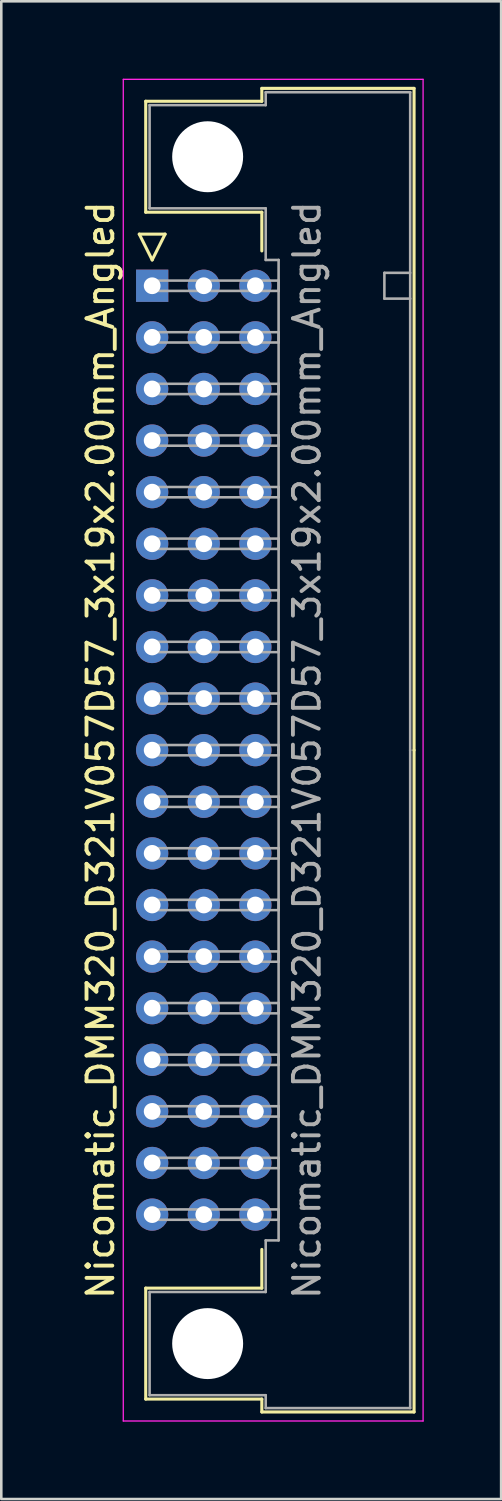
<source format=kicad_pcb>
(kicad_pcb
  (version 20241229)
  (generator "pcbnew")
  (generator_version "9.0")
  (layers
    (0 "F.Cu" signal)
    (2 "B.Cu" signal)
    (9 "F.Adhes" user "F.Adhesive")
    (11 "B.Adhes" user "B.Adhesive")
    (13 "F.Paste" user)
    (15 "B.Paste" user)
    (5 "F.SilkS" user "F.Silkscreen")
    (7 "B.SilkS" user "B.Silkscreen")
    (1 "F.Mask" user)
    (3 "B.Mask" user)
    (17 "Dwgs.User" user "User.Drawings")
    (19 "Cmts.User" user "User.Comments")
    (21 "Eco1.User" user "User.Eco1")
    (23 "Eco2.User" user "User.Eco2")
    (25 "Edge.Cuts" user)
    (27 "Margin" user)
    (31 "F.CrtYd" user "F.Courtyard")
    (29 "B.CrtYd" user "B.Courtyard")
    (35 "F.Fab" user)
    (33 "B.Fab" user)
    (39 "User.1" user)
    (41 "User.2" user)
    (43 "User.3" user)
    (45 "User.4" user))
  (footprint "Nicomatic_DMM320_D321V057D57_3x19x2.00mm_Angled"
    (layer "F.Cu")
    (at 2.848 8.025)
    (property "Reference" "Nicomatic_DMM320_D321V057D57_3x19x2.00mm_Angled" (at -2 18 90) (layer "F.SilkS") (effects (font (size 1 1) (thickness 0.15))))
    (attr through_hole)
    (fp_line (start -0.5 -2) (end 0 -1) (stroke (width 0.12) (type solid)) (layer "F.SilkS"))
    (fp_line (start -0.25 -7.15) (end -0.25 -2.85) (stroke (width 0.12) (type solid)) (layer "F.SilkS"))
    (fp_line (start -0.25 -2.85) (end 4.25 -2.85) (stroke (width 0.12) (type solid)) (layer "F.SilkS"))
    (fp_line (start -0.25 38.85) (end 4.25 38.85) (stroke (width 0.12) (type solid)) (layer "F.SilkS"))
    (fp_line (start -0.25 43.15) (end -0.25 38.85) (stroke (width 0.12) (type solid)) (layer "F.SilkS"))
    (fp_line (start 0 -1) (end 0.5 -2) (stroke (width 0.12) (type solid)) (layer "F.SilkS"))
    (fp_line (start 0.5 -2) (end -0.5 -2) (stroke (width 0.12) (type solid)) (layer "F.SilkS"))
    (fp_line (start 4.25 -7.65) (end 4.25 -7.15) (stroke (width 0.12) (type solid)) (layer "F.SilkS"))
    (fp_line (start 4.25 -7.15) (end -0.25 -7.15) (stroke (width 0.12) (type solid)) (layer "F.SilkS"))
    (fp_line (start 4.25 -2.85) (end 4.25 -1.35) (stroke (width 0.12) (type solid)) (layer "F.SilkS"))
    (fp_line (start 4.25 38.85) (end 4.25 37.35) (stroke (width 0.12) (type solid)) (layer "F.SilkS"))
    (fp_line (start 4.25 43.15) (end -0.25 43.15) (stroke (width 0.12) (type solid)) (layer "F.SilkS"))
    (fp_line (start 4.25 43.65) (end 4.25 43.15) (stroke (width 0.12) (type solid)) (layer "F.SilkS"))
    (fp_line (start 10.15 -7.65) (end 4.25 -7.65) (stroke (width 0.12) (type solid)) (layer "F.SilkS"))
    (fp_line (start 10.15 18) (end 10.15 -7.65) (stroke (width 0.12) (type solid)) (layer "F.SilkS"))
    (fp_line (start 10.15 18) (end 10.15 43.65) (stroke (width 0.12) (type solid)) (layer "F.SilkS"))
    (fp_line (start 10.15 43.65) (end 4.25 43.65) (stroke (width 0.12) (type solid)) (layer "F.SilkS"))
    (fp_line (start -1.12 -8) (end -1.12 44) (stroke (width 0.05) (type solid)) (layer "F.CrtYd"))
    (fp_line (start -1.12 44) (end 10.5 44) (stroke (width 0.05) (type solid)) (layer "F.CrtYd"))
    (fp_line (start 10.5 -8) (end -1.12 -8) (stroke (width 0.05) (type solid)) (layer "F.CrtYd"))
    (fp_line (start 10.5 44) (end 10.5 -8) (stroke (width 0.05) (type solid)) (layer "F.CrtYd"))
    (fp_line (start -0.1 -7) (end -0.1 -3) (stroke (width 0.1) (type solid)) (layer "F.Fab"))
    (fp_line (start -0.1 -3) (end 4.4 -3) (stroke (width 0.1) (type solid)) (layer "F.Fab"))
    (fp_line (start -0.1 39) (end 4.4 39) (stroke (width 0.1) (type solid)) (layer "F.Fab"))
    (fp_line (start -0.1 43) (end -0.1 39) (stroke (width 0.1) (type solid)) (layer "F.Fab"))
    (fp_line (start 0 -0.2) (end 0 0.2) (stroke (width 0.1) (type solid)) (layer "F.Fab"))
    (fp_line (start 0 0.2) (end 4.9 0.2) (stroke (width 0.1) (type solid)) (layer "F.Fab"))
    (fp_line (start 0 1.8) (end 0 2.2) (stroke (width 0.1) (type solid)) (layer "F.Fab"))
    (fp_line (start 0 2.2) (end 4.9 2.2) (stroke (width 0.1) (type solid)) (layer "F.Fab"))
    (fp_line (start 0 3.8) (end 0 4.2) (stroke (width 0.1) (type solid)) (layer "F.Fab"))
    (fp_line (start 0 4.2) (end 4.9 4.2) (stroke (width 0.1) (type solid)) (layer "F.Fab"))
    (fp_line (start 0 5.8) (end 0 6.2) (stroke (width 0.1) (type solid)) (layer "F.Fab"))
    (fp_line (start 0 6.2) (end 4.9 6.2) (stroke (width 0.1) (type solid)) (layer "F.Fab"))
    (fp_line (start 0 7.8) (end 0 8.2) (stroke (width 0.1) (type solid)) (layer "F.Fab"))
    (fp_line (start 0 8.2) (end 4.9 8.2) (stroke (width 0.1) (type solid)) (layer "F.Fab"))
    (fp_line (start 0 9.8) (end 0 10.2) (stroke (width 0.1) (type solid)) (layer "F.Fab"))
    (fp_line (start 0 10.2) (end 4.9 10.2) (stroke (width 0.1) (type solid)) (layer "F.Fab"))
    (fp_line (start 0 11.8) (end 0 12.2) (stroke (width 0.1) (type solid)) (layer "F.Fab"))
    (fp_line (start 0 12.2) (end 4.9 12.2) (stroke (width 0.1) (type solid)) (layer "F.Fab"))
    (fp_line (start 0 13.8) (end 0 14.2) (stroke (width 0.1) (type solid)) (layer "F.Fab"))
    (fp_line (start 0 14.2) (end 4.9 14.2) (stroke (width 0.1) (type solid)) (layer "F.Fab"))
    (fp_line (start 0 15.8) (end 0 16.2) (stroke (width 0.1) (type solid)) (layer "F.Fab"))
    (fp_line (start 0 16.2) (end 4.9 16.2) (stroke (width 0.1) (type solid)) (layer "F.Fab"))
    (fp_line (start 0 17.8) (end 0 18.2) (stroke (width 0.1) (type solid)) (layer "F.Fab"))
    (fp_line (start 0 18.2) (end 4.9 18.2) (stroke (width 0.1) (type solid)) (layer "F.Fab"))
    (fp_line (start 0 19.8) (end 0 20.2) (stroke (width 0.1) (type solid)) (layer "F.Fab"))
    (fp_line (start 0 20.2) (end 4.9 20.2) (stroke (width 0.1) (type solid)) (layer "F.Fab"))
    (fp_line (start 0 21.8) (end 0 22.2) (stroke (width 0.1) (type solid)) (layer "F.Fab"))
    (fp_line (start 0 22.2) (end 4.9 22.2) (stroke (width 0.1) (type solid)) (layer "F.Fab"))
    (fp_line (start 0 23.8) (end 0 24.2) (stroke (width 0.1) (type solid)) (layer "F.Fab"))
    (fp_line (start 0 24.2) (end 4.9 24.2) (stroke (width 0.1) (type solid)) (layer "F.Fab"))
    (fp_line (start 0 25.8) (end 0 26.2) (stroke (width 0.1) (type solid)) (layer "F.Fab"))
    (fp_line (start 0 26.2) (end 4.9 26.2) (stroke (width 0.1) (type solid)) (layer "F.Fab"))
    (fp_line (start 0 27.8) (end 0 28.2) (stroke (width 0.1) (type solid)) (layer "F.Fab"))
    (fp_line (start 0 28.2) (end 4.9 28.2) (stroke (width 0.1) (type solid)) (layer "F.Fab"))
    (fp_line (start 0 29.8) (end 0 30.2) (stroke (width 0.1) (type solid)) (layer "F.Fab"))
    (fp_line (start 0 30.2) (end 4.9 30.2) (stroke (width 0.1) (type solid)) (layer "F.Fab"))
    (fp_line (start 0 31.8) (end 0 32.2) (stroke (width 0.1) (type solid)) (layer "F.Fab"))
    (fp_line (start 0 32.2) (end 4.9 32.2) (stroke (width 0.1) (type solid)) (layer "F.Fab"))
    (fp_line (start 0 33.8) (end 0 34.2) (stroke (width 0.1) (type solid)) (layer "F.Fab"))
    (fp_line (start 0 34.2) (end 4.9 34.2) (stroke (width 0.1) (type solid)) (layer "F.Fab"))
    (fp_line (start 0 35.8) (end 0 36.2) (stroke (width 0.1) (type solid)) (layer "F.Fab"))
    (fp_line (start 0 36.2) (end 4.9 36.2) (stroke (width 0.1) (type solid)) (layer "F.Fab"))
    (fp_line (start 4.4 -7.5) (end 4.4 -7) (stroke (width 0.1) (type solid)) (layer "F.Fab"))
    (fp_line (start 4.4 -7) (end -0.1 -7) (stroke (width 0.1) (type solid)) (layer "F.Fab"))
    (fp_line (start 4.4 -3) (end 4.4 -1) (stroke (width 0.1) (type solid)) (layer "F.Fab"))
    (fp_line (start 4.4 -1) (end 4.9 -1) (stroke (width 0.1) (type solid)) (layer "F.Fab"))
    (fp_line (start 4.4 37) (end 4.9 37) (stroke (width 0.1) (type solid)) (layer "F.Fab"))
    (fp_line (start 4.4 39) (end 4.4 37) (stroke (width 0.1) (type solid)) (layer "F.Fab"))
    (fp_line (start 4.4 43) (end -0.1 43) (stroke (width 0.1) (type solid)) (layer "F.Fab"))
    (fp_line (start 4.4 43.5) (end 4.4 43) (stroke (width 0.1) (type solid)) (layer "F.Fab"))
    (fp_line (start 4.9 -1) (end 4.9 18) (stroke (width 0.1) (type solid)) (layer "F.Fab"))
    (fp_line (start 4.9 -0.2) (end 0 -0.2) (stroke (width 0.1) (type solid)) (layer "F.Fab"))
    (fp_line (start 4.9 0.2) (end 4.9 -0.2) (stroke (width 0.1) (type solid)) (layer "F.Fab"))
    (fp_line (start 4.9 1.8) (end 0 1.8) (stroke (width 0.1) (type solid)) (layer "F.Fab"))
    (fp_line (start 4.9 2.2) (end 4.9 1.8) (stroke (width 0.1) (type solid)) (layer "F.Fab"))
    (fp_line (start 4.9 3.8) (end 0 3.8) (stroke (width 0.1) (type solid)) (layer "F.Fab"))
    (fp_line (start 4.9 4.2) (end 4.9 3.8) (stroke (width 0.1) (type solid)) (layer "F.Fab"))
    (fp_line (start 4.9 5.8) (end 0 5.8) (stroke (width 0.1) (type solid)) (layer "F.Fab"))
    (fp_line (start 4.9 6.2) (end 4.9 5.8) (stroke (width 0.1) (type solid)) (layer "F.Fab"))
    (fp_line (start 4.9 7.8) (end 0 7.8) (stroke (width 0.1) (type solid)) (layer "F.Fab"))
    (fp_line (start 4.9 8.2) (end 4.9 7.8) (stroke (width 0.1) (type solid)) (layer "F.Fab"))
    (fp_line (start 4.9 9.8) (end 0 9.8) (stroke (width 0.1) (type solid)) (layer "F.Fab"))
    (fp_line (start 4.9 10.2) (end 4.9 9.8) (stroke (width 0.1) (type solid)) (layer "F.Fab"))
    (fp_line (start 4.9 11.8) (end 0 11.8) (stroke (width 0.1) (type solid)) (layer "F.Fab"))
    (fp_line (start 4.9 12.2) (end 4.9 11.8) (stroke (width 0.1) (type solid)) (layer "F.Fab"))
    (fp_line (start 4.9 13.8) (end 0 13.8) (stroke (width 0.1) (type solid)) (layer "F.Fab"))
    (fp_line (start 4.9 14.2) (end 4.9 13.8) (stroke (width 0.1) (type solid)) (layer "F.Fab"))
    (fp_line (start 4.9 15.8) (end 0 15.8) (stroke (width 0.1) (type solid)) (layer "F.Fab"))
    (fp_line (start 4.9 16.2) (end 4.9 15.8) (stroke (width 0.1) (type solid)) (layer "F.Fab"))
    (fp_line (start 4.9 17.8) (end 0 17.8) (stroke (width 0.1) (type solid)) (layer "F.Fab"))
    (fp_line (start 4.9 18.2) (end 4.9 17.8) (stroke (width 0.1) (type solid)) (layer "F.Fab"))
    (fp_line (start 4.9 19.8) (end 0 19.8) (stroke (width 0.1) (type solid)) (layer "F.Fab"))
    (fp_line (start 4.9 20.2) (end 4.9 19.8) (stroke (width 0.1) (type solid)) (layer "F.Fab"))
    (fp_line (start 4.9 21.8) (end 0 21.8) (stroke (width 0.1) (type solid)) (layer "F.Fab"))
    (fp_line (start 4.9 22.2) (end 4.9 21.8) (stroke (width 0.1) (type solid)) (layer "F.Fab"))
    (fp_line (start 4.9 23.8) (end 0 23.8) (stroke (width 0.1) (type solid)) (layer "F.Fab"))
    (fp_line (start 4.9 24.2) (end 4.9 23.8) (stroke (width 0.1) (type solid)) (layer "F.Fab"))
    (fp_line (start 4.9 25.8) (end 0 25.8) (stroke (width 0.1) (type solid)) (layer "F.Fab"))
    (fp_line (start 4.9 26.2) (end 4.9 25.8) (stroke (width 0.1) (type solid)) (layer "F.Fab"))
    (fp_line (start 4.9 27.8) (end 0 27.8) (stroke (width 0.1) (type solid)) (layer "F.Fab"))
    (fp_line (start 4.9 28.2) (end 4.9 27.8) (stroke (width 0.1) (type solid)) (layer "F.Fab"))
    (fp_line (start 4.9 29.8) (end 0 29.8) (stroke (width 0.1) (type solid)) (layer "F.Fab"))
    (fp_line (start 4.9 30.2) (end 4.9 29.8) (stroke (width 0.1) (type solid)) (layer "F.Fab"))
    (fp_line (start 4.9 31.8) (end 0 31.8) (stroke (width 0.1) (type solid)) (layer "F.Fab"))
    (fp_line (start 4.9 32.2) (end 4.9 31.8) (stroke (width 0.1) (type solid)) (layer "F.Fab"))
    (fp_line (start 4.9 33.8) (end 0 33.8) (stroke (width 0.1) (type solid)) (layer "F.Fab"))
    (fp_line (start 4.9 34.2) (end 4.9 33.8) (stroke (width 0.1) (type solid)) (layer "F.Fab"))
    (fp_line (start 4.9 35.8) (end 0 35.8) (stroke (width 0.1) (type solid)) (layer "F.Fab"))
    (fp_line (start 4.9 36.2) (end 4.9 35.8) (stroke (width 0.1) (type solid)) (layer "F.Fab"))
    (fp_line (start 4.9 37) (end 4.9 18) (stroke (width 0.1) (type solid)) (layer "F.Fab"))
    (fp_line (start 9 -0.5) (end 9 0.5) (stroke (width 0.1) (type solid)) (layer "F.Fab"))
    (fp_line (start 9 0.5) (end 10 0.5) (stroke (width 0.1) (type solid)) (layer "F.Fab"))
    (fp_line (start 10 -7.5) (end 4.4 -7.5) (stroke (width 0.1) (type solid)) (layer "F.Fab"))
    (fp_line (start 10 -0.5) (end 9 -0.5) (stroke (width 0.1) (type solid)) (layer "F.Fab"))
    (fp_line (start 10 18) (end 10 -7.5) (stroke (width 0.1) (type solid)) (layer "F.Fab"))
    (fp_line (start 10 18) (end 10 43.5) (stroke (width 0.1) (type solid)) (layer "F.Fab"))
    (fp_line (start 10 43.5) (end 4.4 43.5) (stroke (width 0.1) (type solid)) (layer "F.Fab"))
    (fp_text user "${REFERENCE}" (at 6 18 90) (layer "F.Fab") (effects (font (size 1 1) (thickness 0.15))))
    (pad "" np_thru_hole circle (at 2.15 -5) (size 2.75 2.75) (drill 2.75) (layers "*.Cu" "*.Mask"))
    (pad "" np_thru_hole circle (at 2.15 41) (size 2.75 2.75) (drill 2.75) (layers "*.Cu" "*.Mask"))
    (pad "1" thru_hole rect (at 0 0) (size 1.25 1.25) (drill 0.65) (layers "*.Cu" "*.Mask"))
    (pad "2" thru_hole oval (at 0 2) (size 1.25 1.25) (drill 0.65) (layers "*.Cu" "*.Mask"))
    (pad "3" thru_hole oval (at 0 4) (size 1.25 1.25) (drill 0.65) (layers "*.Cu" "*.Mask"))
    (pad "4" thru_hole oval (at 0 6) (size 1.25 1.25) (drill 0.65) (layers "*.Cu" "*.Mask"))
    (pad "5" thru_hole oval (at 0 8) (size 1.25 1.25) (drill 0.65) (layers "*.Cu" "*.Mask"))
    (pad "6" thru_hole oval (at 0 10) (size 1.25 1.25) (drill 0.65) (layers "*.Cu" "*.Mask"))
    (pad "7" thru_hole oval (at 0 12) (size 1.25 1.25) (drill 0.65) (layers "*.Cu" "*.Mask"))
    (pad "8" thru_hole oval (at 0 14) (size 1.25 1.25) (drill 0.65) (layers "*.Cu" "*.Mask"))
    (pad "9" thru_hole oval (at 0 16) (size 1.25 1.25) (drill 0.65) (layers "*.Cu" "*.Mask"))
    (pad "10" thru_hole oval (at 0 18) (size 1.25 1.25) (drill 0.65) (layers "*.Cu" "*.Mask"))
    (pad "11" thru_hole oval (at 0 20) (size 1.25 1.25) (drill 0.65) (layers "*.Cu" "*.Mask"))
    (pad "12" thru_hole oval (at 0 22) (size 1.25 1.25) (drill 0.65) (layers "*.Cu" "*.Mask"))
    (pad "13" thru_hole oval (at 0 24) (size 1.25 1.25) (drill 0.65) (layers "*.Cu" "*.Mask"))
    (pad "14" thru_hole oval (at 0 26) (size 1.25 1.25) (drill 0.65) (layers "*.Cu" "*.Mask"))
    (pad "15" thru_hole oval (at 0 28) (size 1.25 1.25) (drill 0.65) (layers "*.Cu" "*.Mask"))
    (pad "16" thru_hole oval (at 0 30) (size 1.25 1.25) (drill 0.65) (layers "*.Cu" "*.Mask"))
    (pad "17" thru_hole oval (at 0 32) (size 1.25 1.25) (drill 0.65) (layers "*.Cu" "*.Mask"))
    (pad "18" thru_hole oval (at 0 34) (size 1.25 1.25) (drill 0.65) (layers "*.Cu" "*.Mask"))
    (pad "19" thru_hole oval (at 0 36) (size 1.25 1.25) (drill 0.65) (layers "*.Cu" "*.Mask"))
    (pad "20" thru_hole oval (at 2 0) (size 1.25 1.25) (drill 0.65) (layers "*.Cu" "*.Mask"))
    (pad "21" thru_hole oval (at 2 2) (size 1.25 1.25) (drill 0.65) (layers "*.Cu" "*.Mask"))
    (pad "22" thru_hole oval (at 2 4) (size 1.25 1.25) (drill 0.65) (layers "*.Cu" "*.Mask"))
    (pad "23" thru_hole oval (at 2 6) (size 1.25 1.25) (drill 0.65) (layers "*.Cu" "*.Mask"))
    (pad "24" thru_hole oval (at 2 8) (size 1.25 1.25) (drill 0.65) (layers "*.Cu" "*.Mask"))
    (pad "25" thru_hole oval (at 2 10) (size 1.25 1.25) (drill 0.65) (layers "*.Cu" "*.Mask"))
    (pad "26" thru_hole oval (at 2 12) (size 1.25 1.25) (drill 0.65) (layers "*.Cu" "*.Mask"))
    (pad "27" thru_hole oval (at 2 14) (size 1.25 1.25) (drill 0.65) (layers "*.Cu" "*.Mask"))
    (pad "28" thru_hole oval (at 2 16) (size 1.25 1.25) (drill 0.65) (layers "*.Cu" "*.Mask"))
    (pad "29" thru_hole oval (at 2 18) (size 1.25 1.25) (drill 0.65) (layers "*.Cu" "*.Mask"))
    (pad "30" thru_hole oval (at 2 20) (size 1.25 1.25) (drill 0.65) (layers "*.Cu" "*.Mask"))
    (pad "31" thru_hole oval (at 2 22) (size 1.25 1.25) (drill 0.65) (layers "*.Cu" "*.Mask"))
    (pad "32" thru_hole oval (at 2 24) (size 1.25 1.25) (drill 0.65) (layers "*.Cu" "*.Mask"))
    (pad "33" thru_hole oval (at 2 26) (size 1.25 1.25) (drill 0.65) (layers "*.Cu" "*.Mask"))
    (pad "34" thru_hole oval (at 2 28) (size 1.25 1.25) (drill 0.65) (layers "*.Cu" "*.Mask"))
    (pad "35" thru_hole oval (at 2 30) (size 1.25 1.25) (drill 0.65) (layers "*.Cu" "*.Mask"))
    (pad "36" thru_hole oval (at 2 32) (size 1.25 1.25) (drill 0.65) (layers "*.Cu" "*.Mask"))
    (pad "37" thru_hole oval (at 2 34) (size 1.25 1.25) (drill 0.65) (layers "*.Cu" "*.Mask"))
    (pad "38" thru_hole oval (at 2 36) (size 1.25 1.25) (drill 0.65) (layers "*.Cu" "*.Mask"))
    (pad "39" thru_hole oval (at 4 0) (size 1.25 1.25) (drill 0.65) (layers "*.Cu" "*.Mask"))
    (pad "40" thru_hole oval (at 4 2) (size 1.25 1.25) (drill 0.65) (layers "*.Cu" "*.Mask"))
    (pad "41" thru_hole oval (at 4 4) (size 1.25 1.25) (drill 0.65) (layers "*.Cu" "*.Mask"))
    (pad "42" thru_hole oval (at 4 6) (size 1.25 1.25) (drill 0.65) (layers "*.Cu" "*.Mask"))
    (pad "43" thru_hole oval (at 4 8) (size 1.25 1.25) (drill 0.65) (layers "*.Cu" "*.Mask"))
    (pad "44" thru_hole oval (at 4 10) (size 1.25 1.25) (drill 0.65) (layers "*.Cu" "*.Mask"))
    (pad "45" thru_hole oval (at 4 12) (size 1.25 1.25) (drill 0.65) (layers "*.Cu" "*.Mask"))
    (pad "46" thru_hole oval (at 4 14) (size 1.25 1.25) (drill 0.65) (layers "*.Cu" "*.Mask"))
    (pad "47" thru_hole oval (at 4 16) (size 1.25 1.25) (drill 0.65) (layers "*.Cu" "*.Mask"))
    (pad "48" thru_hole oval (at 4 18) (size 1.25 1.25) (drill 0.65) (layers "*.Cu" "*.Mask"))
    (pad "49" thru_hole oval (at 4 20) (size 1.25 1.25) (drill 0.65) (layers "*.Cu" "*.Mask"))
    (pad "50" thru_hole oval (at 4 22) (size 1.25 1.25) (drill 0.65) (layers "*.Cu" "*.Mask"))
    (pad "51" thru_hole oval (at 4 24) (size 1.25 1.25) (drill 0.65) (layers "*.Cu" "*.Mask"))
    (pad "52" thru_hole oval (at 4 26) (size 1.25 1.25) (drill 0.65) (layers "*.Cu" "*.Mask"))
    (pad "53" thru_hole oval (at 4 28) (size 1.25 1.25) (drill 0.65) (layers "*.Cu" "*.Mask"))
    (pad "54" thru_hole oval (at 4 30) (size 1.25 1.25) (drill 0.65) (layers "*.Cu" "*.Mask"))
    (pad "55" thru_hole oval (at 4 32) (size 1.25 1.25) (drill 0.65) (layers "*.Cu" "*.Mask"))
    (pad "56" thru_hole oval (at 4 34) (size 1.25 1.25) (drill 0.65) (layers "*.Cu" "*.Mask"))
    (pad "57" thru_hole oval (at 4 36) (size 1.25 1.25) (drill 0.65) (layers "*.Cu" "*.Mask")))
  (gr_rect
    (start -3 -3)
    (end 16.373 55.05)
    (stroke (width 0.1) (type default))
    (fill no)
    (layer "Edge.Cuts")))
</source>
